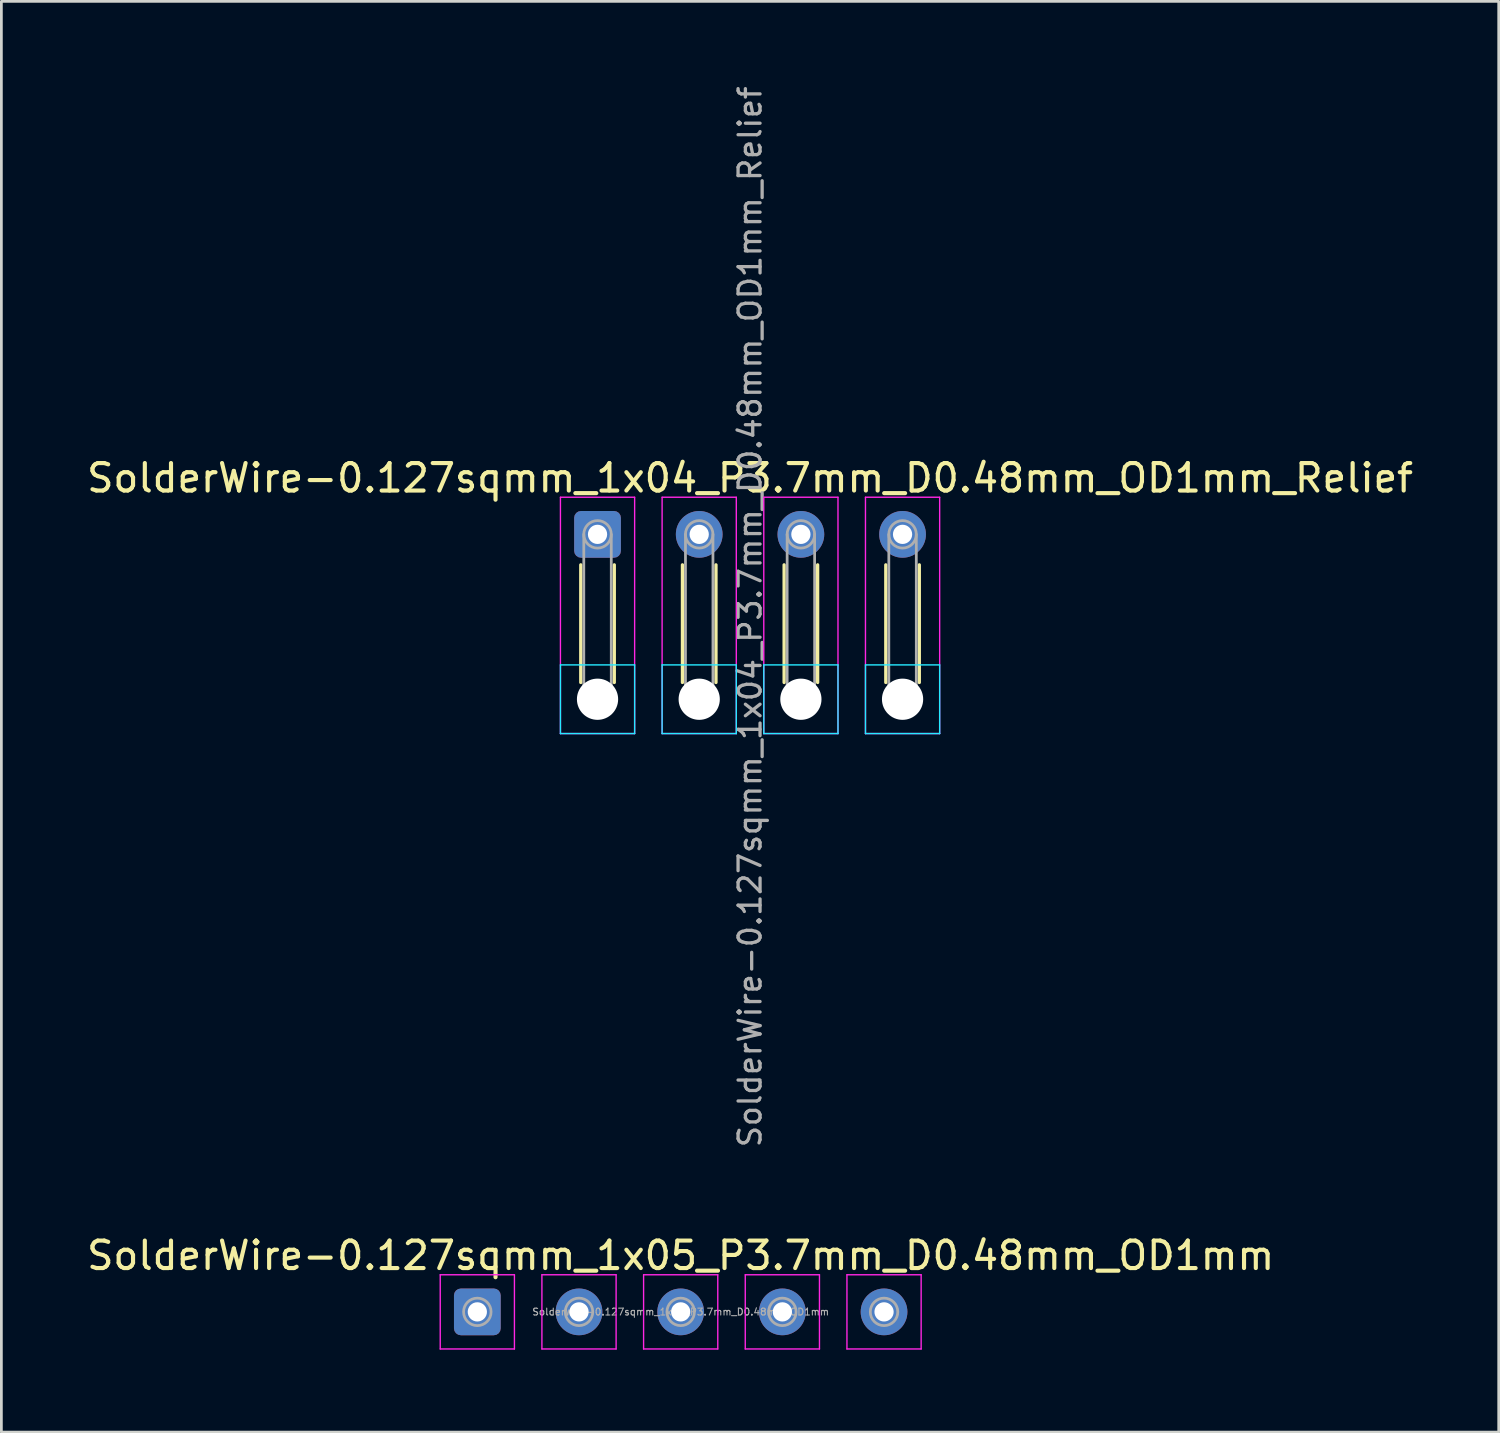
<source format=kicad_pcb>
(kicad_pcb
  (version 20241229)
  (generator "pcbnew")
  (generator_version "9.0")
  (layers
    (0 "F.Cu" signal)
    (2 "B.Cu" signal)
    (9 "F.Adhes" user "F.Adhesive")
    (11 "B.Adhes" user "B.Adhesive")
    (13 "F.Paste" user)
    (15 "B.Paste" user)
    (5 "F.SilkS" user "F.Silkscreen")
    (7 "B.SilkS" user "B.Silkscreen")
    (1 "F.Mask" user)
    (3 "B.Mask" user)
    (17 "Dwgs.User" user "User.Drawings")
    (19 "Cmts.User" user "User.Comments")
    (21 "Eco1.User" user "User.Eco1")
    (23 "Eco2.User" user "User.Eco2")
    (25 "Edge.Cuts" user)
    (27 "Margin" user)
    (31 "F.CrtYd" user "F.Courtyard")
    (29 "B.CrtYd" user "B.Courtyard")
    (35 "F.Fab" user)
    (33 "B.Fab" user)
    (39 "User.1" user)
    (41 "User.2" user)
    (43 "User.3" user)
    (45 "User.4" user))
  (footprint "SolderWire-0.127sqmm_1x05_P3.7mm_D0.48mm_OD1mm"
    (layer "F.Cu")
    (at 14.32 44.689)
    (property "Reference" "SolderWire-0.127sqmm_1x05_P3.7mm_D0.48mm_OD1mm" (at 7.4 -2.05 0) (layer "F.SilkS") (effects (font (size 1 1) (thickness 0.15))))
    (attr exclude_from_pos_files exclude_from_bom)
    (fp_line (start -1.35 -1.35) (end -1.35 1.35) (stroke (width 0.05) (type solid)) (layer "F.CrtYd"))
    (fp_line (start -1.35 1.35) (end 1.35 1.35) (stroke (width 0.05) (type solid)) (layer "F.CrtYd"))
    (fp_line (start 1.35 -1.35) (end -1.35 -1.35) (stroke (width 0.05) (type solid)) (layer "F.CrtYd"))
    (fp_line (start 1.35 1.35) (end 1.35 -1.35) (stroke (width 0.05) (type solid)) (layer "F.CrtYd"))
    (fp_line (start 2.35 -1.35) (end 2.35 1.35) (stroke (width 0.05) (type solid)) (layer "F.CrtYd"))
    (fp_line (start 2.35 1.35) (end 5.05 1.35) (stroke (width 0.05) (type solid)) (layer "F.CrtYd"))
    (fp_line (start 5.05 -1.35) (end 2.35 -1.35) (stroke (width 0.05) (type solid)) (layer "F.CrtYd"))
    (fp_line (start 5.05 1.35) (end 5.05 -1.35) (stroke (width 0.05) (type solid)) (layer "F.CrtYd"))
    (fp_line (start 6.05 -1.35) (end 6.05 1.35) (stroke (width 0.05) (type solid)) (layer "F.CrtYd"))
    (fp_line (start 6.05 1.35) (end 8.75 1.35) (stroke (width 0.05) (type solid)) (layer "F.CrtYd"))
    (fp_line (start 8.75 -1.35) (end 6.05 -1.35) (stroke (width 0.05) (type solid)) (layer "F.CrtYd"))
    (fp_line (start 8.75 1.35) (end 8.75 -1.35) (stroke (width 0.05) (type solid)) (layer "F.CrtYd"))
    (fp_line (start 9.75 -1.35) (end 9.75 1.35) (stroke (width 0.05) (type solid)) (layer "F.CrtYd"))
    (fp_line (start 9.75 1.35) (end 12.45 1.35) (stroke (width 0.05) (type solid)) (layer "F.CrtYd"))
    (fp_line (start 12.45 -1.35) (end 9.75 -1.35) (stroke (width 0.05) (type solid)) (layer "F.CrtYd"))
    (fp_line (start 12.45 1.35) (end 12.45 -1.35) (stroke (width 0.05) (type solid)) (layer "F.CrtYd"))
    (fp_line (start 13.45 -1.35) (end 13.45 1.35) (stroke (width 0.05) (type solid)) (layer "F.CrtYd"))
    (fp_line (start 13.45 1.35) (end 16.15 1.35) (stroke (width 0.05) (type solid)) (layer "F.CrtYd"))
    (fp_line (start 16.15 -1.35) (end 13.45 -1.35) (stroke (width 0.05) (type solid)) (layer "F.CrtYd"))
    (fp_line (start 16.15 1.35) (end 16.15 -1.35) (stroke (width 0.05) (type solid)) (layer "F.CrtYd"))
    (fp_circle (center 0 0) (end 0.5 0) (stroke (width 0.1) (type solid)) (fill no) (layer "F.Fab"))
    (fp_circle (center 3.7 0) (end 4.2 0) (stroke (width 0.1) (type solid)) (fill no) (layer "F.Fab"))
    (fp_circle (center 7.4 0) (end 7.9 0) (stroke (width 0.1) (type solid)) (fill no) (layer "F.Fab"))
    (fp_circle (center 11.1 0) (end 11.6 0) (stroke (width 0.1) (type solid)) (fill no) (layer "F.Fab"))
    (fp_circle (center 14.8 0) (end 15.3 0) (stroke (width 0.1) (type solid)) (fill no) (layer "F.Fab"))
    (fp_text user "${REFERENCE}" (at 7.4 0 0) (layer "F.Fab") (effects (font (size 0.25 0.25) (thickness 0.04))))
    (pad "1" thru_hole roundrect (at 0 0) (size 1.7 1.7) (drill 0.7) (layers "*.Cu" "*.Mask") (roundrect_rratio 0.147))
    (pad "2" thru_hole circle (at 3.7 0) (size 1.7 1.7) (drill 0.7) (layers "*.Cu" "*.Mask"))
    (pad "3" thru_hole circle (at 7.4 0) (size 1.7 1.7) (drill 0.7) (layers "*.Cu" "*.Mask"))
    (pad "4" thru_hole circle (at 11.1 0) (size 1.7 1.7) (drill 0.7) (layers "*.Cu" "*.Mask"))
    (pad "5" thru_hole circle (at 14.8 0) (size 1.7 1.7) (drill 0.7) (layers "*.Cu" "*.Mask")))
  (footprint "SolderWire-0.127sqmm_1x04_P3.7mm_D0.48mm_OD1mm_Relief"
    (layer "F.Cu")
    (at 18.694 16.395)
    (property "Reference" "SolderWire-0.127sqmm_1x04_P3.7mm_D0.48mm_OD1mm_Relief" (at 5.55 -2.05 0) (layer "F.SilkS") (effects (font (size 1 1) (thickness 0.15))))
    (attr exclude_from_pos_files exclude_from_bom)
    (fp_line (start -0.61 1.11) (end -0.61 5.39) (stroke (width 0.12) (type solid)) (layer "F.SilkS"))
    (fp_line (start 0.61 1.11) (end 0.61 5.39) (stroke (width 0.12) (type solid)) (layer "F.SilkS"))
    (fp_line (start 3.09 1.11) (end 3.09 5.39) (stroke (width 0.12) (type solid)) (layer "F.SilkS"))
    (fp_line (start 4.31 1.11) (end 4.31 5.39) (stroke (width 0.12) (type solid)) (layer "F.SilkS"))
    (fp_line (start 6.79 1.11) (end 6.79 5.39) (stroke (width 0.12) (type solid)) (layer "F.SilkS"))
    (fp_line (start 8.01 1.11) (end 8.01 5.39) (stroke (width 0.12) (type solid)) (layer "F.SilkS"))
    (fp_line (start 10.49 1.11) (end 10.49 5.39) (stroke (width 0.12) (type solid)) (layer "F.SilkS"))
    (fp_line (start 11.71 1.11) (end 11.71 5.39) (stroke (width 0.12) (type solid)) (layer "F.SilkS"))
    (fp_line (start -1.35 4.75) (end -1.35 7.25) (stroke (width 0.05) (type solid)) (layer "B.CrtYd"))
    (fp_line (start -1.35 7.25) (end 1.35 7.25) (stroke (width 0.05) (type solid)) (layer "B.CrtYd"))
    (fp_line (start 1.35 4.75) (end -1.35 4.75) (stroke (width 0.05) (type solid)) (layer "B.CrtYd"))
    (fp_line (start 1.35 7.25) (end 1.35 4.75) (stroke (width 0.05) (type solid)) (layer "B.CrtYd"))
    (fp_line (start 2.35 4.75) (end 2.35 7.25) (stroke (width 0.05) (type solid)) (layer "B.CrtYd"))
    (fp_line (start 2.35 7.25) (end 5.05 7.25) (stroke (width 0.05) (type solid)) (layer "B.CrtYd"))
    (fp_line (start 5.05 4.75) (end 2.35 4.75) (stroke (width 0.05) (type solid)) (layer "B.CrtYd"))
    (fp_line (start 5.05 7.25) (end 5.05 4.75) (stroke (width 0.05) (type solid)) (layer "B.CrtYd"))
    (fp_line (start 6.05 4.75) (end 6.05 7.25) (stroke (width 0.05) (type solid)) (layer "B.CrtYd"))
    (fp_line (start 6.05 7.25) (end 8.75 7.25) (stroke (width 0.05) (type solid)) (layer "B.CrtYd"))
    (fp_line (start 8.75 4.75) (end 6.05 4.75) (stroke (width 0.05) (type solid)) (layer "B.CrtYd"))
    (fp_line (start 8.75 7.25) (end 8.75 4.75) (stroke (width 0.05) (type solid)) (layer "B.CrtYd"))
    (fp_line (start 9.75 4.75) (end 9.75 7.25) (stroke (width 0.05) (type solid)) (layer "B.CrtYd"))
    (fp_line (start 9.75 7.25) (end 12.45 7.25) (stroke (width 0.05) (type solid)) (layer "B.CrtYd"))
    (fp_line (start 12.45 4.75) (end 9.75 4.75) (stroke (width 0.05) (type solid)) (layer "B.CrtYd"))
    (fp_line (start 12.45 7.25) (end 12.45 4.75) (stroke (width 0.05) (type solid)) (layer "B.CrtYd"))
    (fp_line (start -1.35 -1.35) (end -1.35 7.25) (stroke (width 0.05) (type solid)) (layer "F.CrtYd"))
    (fp_line (start -1.35 7.25) (end 1.35 7.25) (stroke (width 0.05) (type solid)) (layer "F.CrtYd"))
    (fp_line (start 1.35 -1.35) (end -1.35 -1.35) (stroke (width 0.05) (type solid)) (layer "F.CrtYd"))
    (fp_line (start 1.35 7.25) (end 1.35 -1.35) (stroke (width 0.05) (type solid)) (layer "F.CrtYd"))
    (fp_line (start 2.35 -1.35) (end 2.35 7.25) (stroke (width 0.05) (type solid)) (layer "F.CrtYd"))
    (fp_line (start 2.35 7.25) (end 5.05 7.25) (stroke (width 0.05) (type solid)) (layer "F.CrtYd"))
    (fp_line (start 5.05 -1.35) (end 2.35 -1.35) (stroke (width 0.05) (type solid)) (layer "F.CrtYd"))
    (fp_line (start 5.05 7.25) (end 5.05 -1.35) (stroke (width 0.05) (type solid)) (layer "F.CrtYd"))
    (fp_line (start 6.05 -1.35) (end 6.05 7.25) (stroke (width 0.05) (type solid)) (layer "F.CrtYd"))
    (fp_line (start 6.05 7.25) (end 8.75 7.25) (stroke (width 0.05) (type solid)) (layer "F.CrtYd"))
    (fp_line (start 8.75 -1.35) (end 6.05 -1.35) (stroke (width 0.05) (type solid)) (layer "F.CrtYd"))
    (fp_line (start 8.75 7.25) (end 8.75 -1.35) (stroke (width 0.05) (type solid)) (layer "F.CrtYd"))
    (fp_line (start 9.75 -1.35) (end 9.75 7.25) (stroke (width 0.05) (type solid)) (layer "F.CrtYd"))
    (fp_line (start 9.75 7.25) (end 12.45 7.25) (stroke (width 0.05) (type solid)) (layer "F.CrtYd"))
    (fp_line (start 12.45 -1.35) (end 9.75 -1.35) (stroke (width 0.05) (type solid)) (layer "F.CrtYd"))
    (fp_line (start 12.45 7.25) (end 12.45 -1.35) (stroke (width 0.05) (type solid)) (layer "F.CrtYd"))
    (fp_line (start -0.5 0) (end -0.5 6) (stroke (width 0.1) (type solid)) (layer "F.Fab"))
    (fp_line (start 0.5 0) (end 0.5 6) (stroke (width 0.1) (type solid)) (layer "F.Fab"))
    (fp_line (start 3.2 0) (end 3.2 6) (stroke (width 0.1) (type solid)) (layer "F.Fab"))
    (fp_line (start 4.2 0) (end 4.2 6) (stroke (width 0.1) (type solid)) (layer "F.Fab"))
    (fp_line (start 6.9 0) (end 6.9 6) (stroke (width 0.1) (type solid)) (layer "F.Fab"))
    (fp_line (start 7.9 0) (end 7.9 6) (stroke (width 0.1) (type solid)) (layer "F.Fab"))
    (fp_line (start 10.6 0) (end 10.6 6) (stroke (width 0.1) (type solid)) (layer "F.Fab"))
    (fp_line (start 11.6 0) (end 11.6 6) (stroke (width 0.1) (type solid)) (layer "F.Fab"))
    (fp_circle (center 0 0) (end 0.5 0) (stroke (width 0.1) (type solid)) (fill no) (layer "F.Fab"))
    (fp_circle (center 0 6) (end 0.5 6) (stroke (width 0.1) (type solid)) (fill no) (layer "F.Fab"))
    (fp_circle (center 3.7 0) (end 4.2 0) (stroke (width 0.1) (type solid)) (fill no) (layer "F.Fab"))
    (fp_circle (center 3.7 6) (end 4.2 6) (stroke (width 0.1) (type solid)) (fill no) (layer "F.Fab"))
    (fp_circle (center 7.4 0) (end 7.9 0) (stroke (width 0.1) (type solid)) (fill no) (layer "F.Fab"))
    (fp_circle (center 7.4 6) (end 7.9 6) (stroke (width 0.1) (type solid)) (fill no) (layer "F.Fab"))
    (fp_circle (center 11.1 0) (end 11.6 0) (stroke (width 0.1) (type solid)) (fill no) (layer "F.Fab"))
    (fp_circle (center 11.1 6) (end 11.6 6) (stroke (width 0.1) (type solid)) (fill no) (layer "F.Fab"))
    (fp_text user "${REFERENCE}" (at 5.55 3 90) (layer "F.Fab") (effects (font (size 0.8 0.8) (thickness 0.12))))
    (pad "" np_thru_hole circle (at 0 6) (size 1.5 1.5) (drill 1.5) (layers "*.Cu" "*.Mask"))
    (pad "" np_thru_hole circle (at 3.7 6) (size 1.5 1.5) (drill 1.5) (layers "*.Cu" "*.Mask"))
    (pad "" np_thru_hole circle (at 7.4 6) (size 1.5 1.5) (drill 1.5) (layers "*.Cu" "*.Mask"))
    (pad "" np_thru_hole circle (at 11.1 6) (size 1.5 1.5) (drill 1.5) (layers "*.Cu" "*.Mask"))
    (pad "1" thru_hole roundrect (at 0 0) (size 1.7 1.7) (drill 0.7) (layers "*.Cu" "*.Mask") (roundrect_rratio 0.147))
    (pad "2" thru_hole circle (at 3.7 0) (size 1.7 1.7) (drill 0.7) (layers "*.Cu" "*.Mask"))
    (pad "3" thru_hole circle (at 7.4 0) (size 1.7 1.7) (drill 0.7) (layers "*.Cu" "*.Mask"))
    (pad "4" thru_hole circle (at 11.1 0) (size 1.7 1.7) (drill 0.7) (layers "*.Cu" "*.Mask")))
  (gr_rect
    (start -3 -3)
    (end 51.488 49.064)
    (stroke (width 0.1) (type default))
    (fill no)
    (layer "Edge.Cuts")))
</source>
